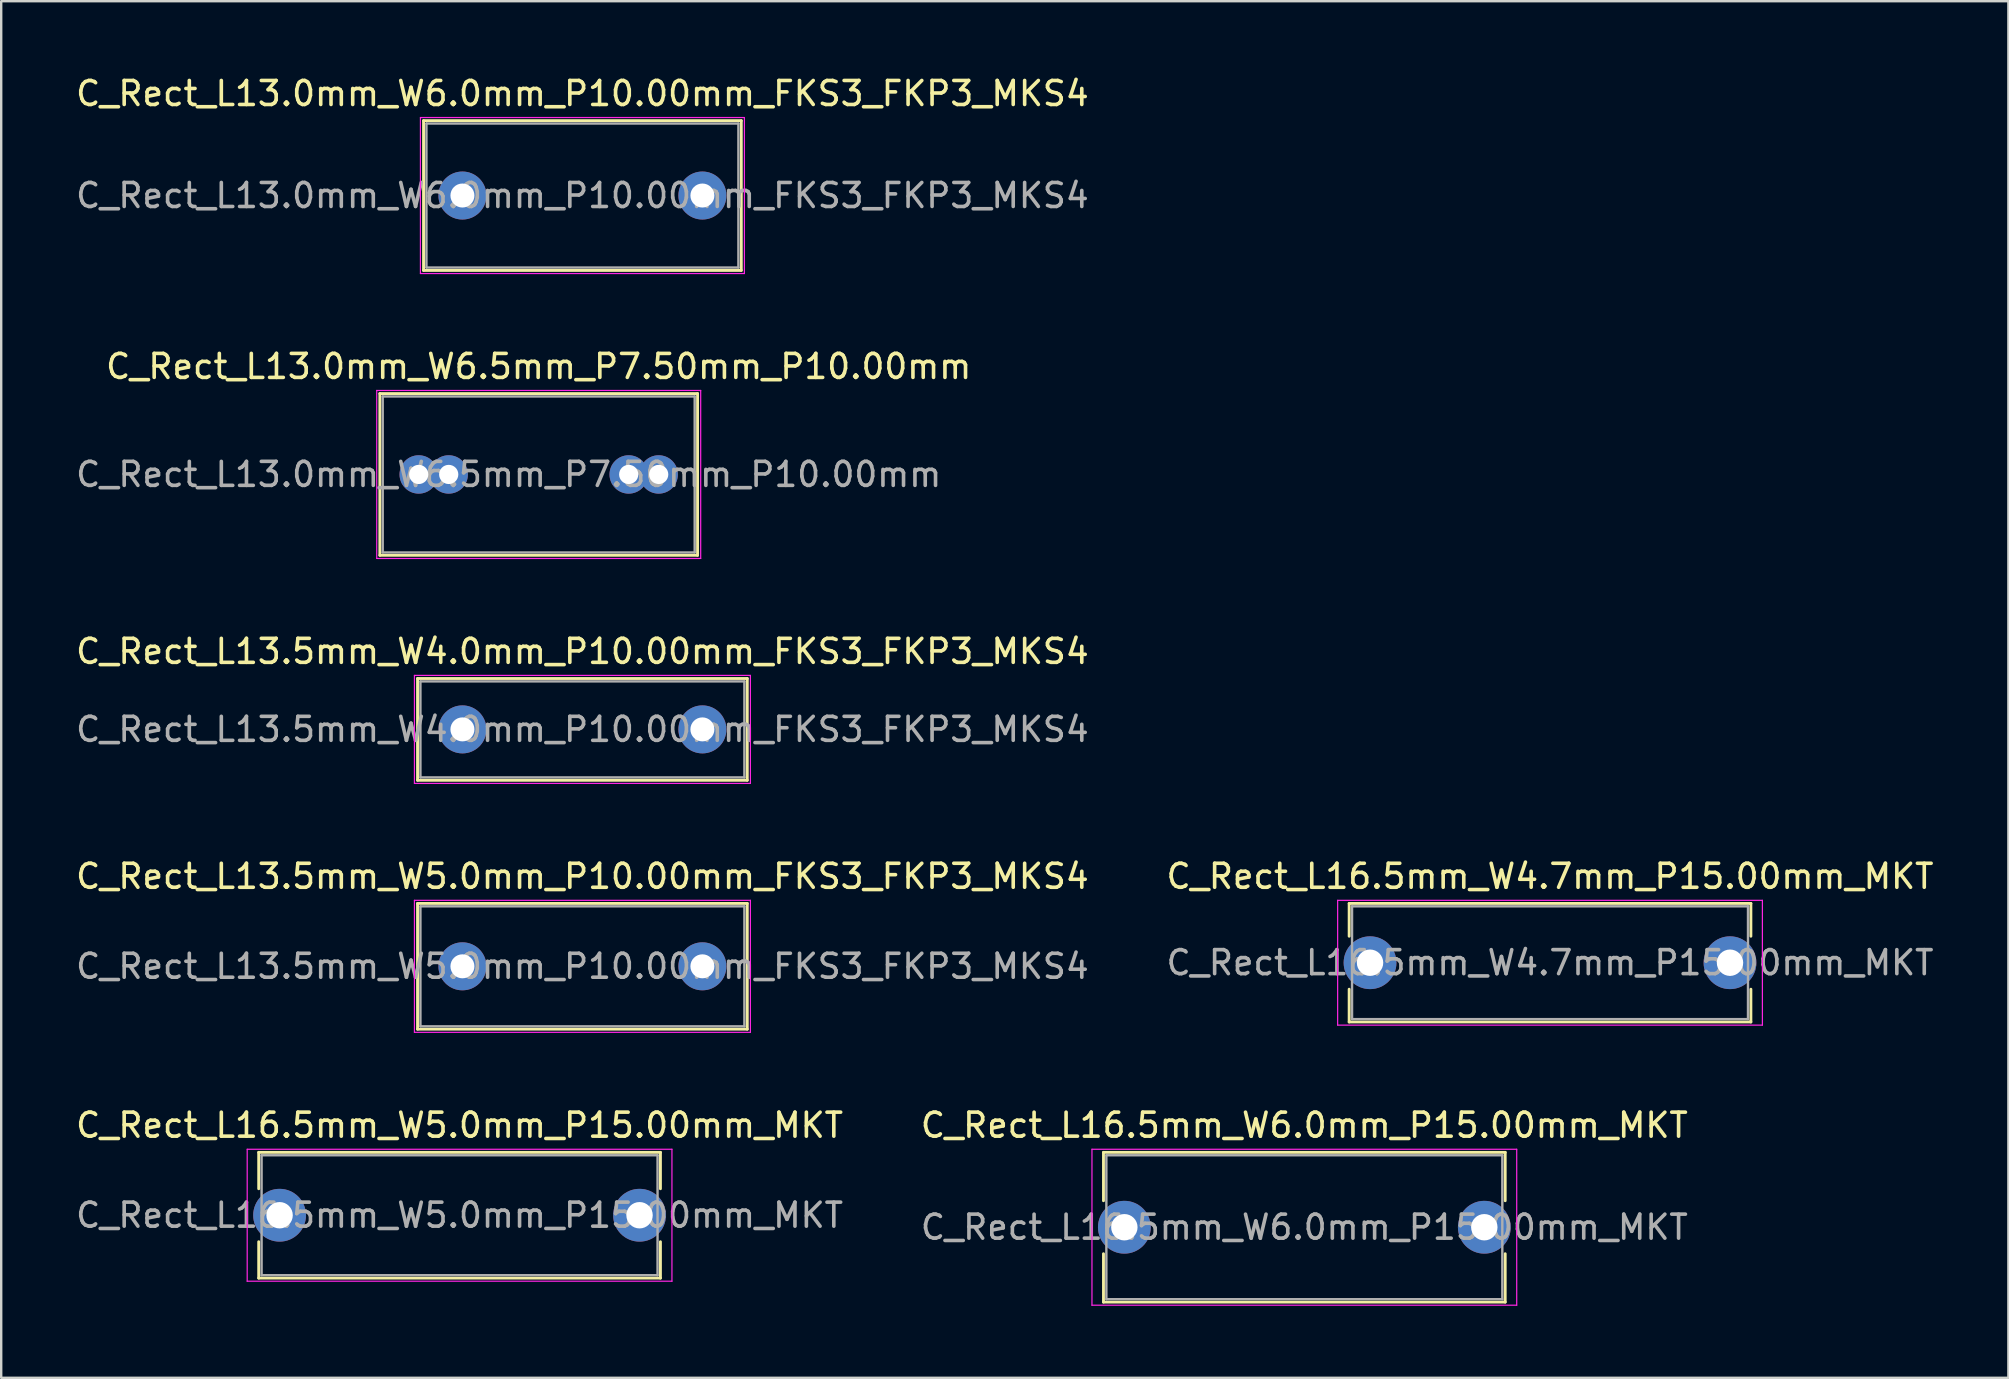
<source format=kicad_pcb>
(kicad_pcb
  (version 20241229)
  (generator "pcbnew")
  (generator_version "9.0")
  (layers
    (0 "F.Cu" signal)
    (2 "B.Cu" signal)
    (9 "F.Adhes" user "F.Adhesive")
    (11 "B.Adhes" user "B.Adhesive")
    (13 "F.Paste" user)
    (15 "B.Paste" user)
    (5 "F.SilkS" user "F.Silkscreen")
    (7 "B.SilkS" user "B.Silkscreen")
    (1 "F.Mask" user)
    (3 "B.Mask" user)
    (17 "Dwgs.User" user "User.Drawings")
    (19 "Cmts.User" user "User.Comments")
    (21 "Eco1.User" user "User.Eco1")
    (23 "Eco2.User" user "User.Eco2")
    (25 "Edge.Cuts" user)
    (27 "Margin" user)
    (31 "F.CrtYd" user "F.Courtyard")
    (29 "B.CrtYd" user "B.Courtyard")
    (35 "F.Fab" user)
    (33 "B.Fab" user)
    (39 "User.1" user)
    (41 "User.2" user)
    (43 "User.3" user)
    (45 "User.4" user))
  (footprint "C_Rect_L13.0mm_W6.0mm_P10.00mm_FKS3_FKP3_MKS4"
    (layer "F.Cu")
    (at 16.22 5.098)
    (property "Reference" "C_Rect_L13.0mm_W6.0mm_P10.00mm_FKS3_FKP3_MKS4" (at 5 -4.25 0) (layer "F.SilkS") (effects (font (size 1 1) (thickness 0.15))))
    (attr through_hole)
    (fp_line (start -1.62 -3.12) (end -1.62 3.12) (stroke (width 0.12) (type solid)) (layer "F.SilkS"))
    (fp_line (start -1.62 -3.12) (end 11.62 -3.12) (stroke (width 0.12) (type solid)) (layer "F.SilkS"))
    (fp_line (start -1.62 3.12) (end 11.62 3.12) (stroke (width 0.12) (type solid)) (layer "F.SilkS"))
    (fp_line (start 11.62 -3.12) (end 11.62 3.12) (stroke (width 0.12) (type solid)) (layer "F.SilkS"))
    (fp_line (start -1.75 -3.25) (end -1.75 3.25) (stroke (width 0.05) (type solid)) (layer "F.CrtYd"))
    (fp_line (start -1.75 3.25) (end 11.75 3.25) (stroke (width 0.05) (type solid)) (layer "F.CrtYd"))
    (fp_line (start 11.75 -3.25) (end -1.75 -3.25) (stroke (width 0.05) (type solid)) (layer "F.CrtYd"))
    (fp_line (start 11.75 3.25) (end 11.75 -3.25) (stroke (width 0.05) (type solid)) (layer "F.CrtYd"))
    (fp_line (start -1.5 -3) (end -1.5 3) (stroke (width 0.1) (type solid)) (layer "F.Fab"))
    (fp_line (start -1.5 3) (end 11.5 3) (stroke (width 0.1) (type solid)) (layer "F.Fab"))
    (fp_line (start 11.5 -3) (end -1.5 -3) (stroke (width 0.1) (type solid)) (layer "F.Fab"))
    (fp_line (start 11.5 3) (end 11.5 -3) (stroke (width 0.1) (type solid)) (layer "F.Fab"))
    (fp_text user "${REFERENCE}" (at 5 0 0) (layer "F.Fab") (effects (font (size 1 1) (thickness 0.15))))
    (pad "1" thru_hole circle (at 0 0) (size 2 2) (drill 1) (layers "*.Cu" "*.Mask"))
    (pad "2" thru_hole circle (at 10 0) (size 2 2) (drill 1) (layers "*.Cu" "*.Mask")))
  (footprint "C_Rect_L16.5mm_W5.0mm_P15.00mm_MKT"
    (layer "F.Cu")
    (at 8.601 47.591)
    (property "Reference" "C_Rect_L16.5mm_W5.0mm_P15.00mm_MKT" (at 7.5 -3.75 0) (layer "F.SilkS") (effects (font (size 1 1) (thickness 0.15))))
    (attr through_hole)
    (fp_line (start -0.87 -2.62) (end -0.87 -1.104) (stroke (width 0.12) (type solid)) (layer "F.SilkS"))
    (fp_line (start -0.87 -2.62) (end 15.87 -2.62) (stroke (width 0.12) (type solid)) (layer "F.SilkS"))
    (fp_line (start -0.87 1.104) (end -0.87 2.62) (stroke (width 0.12) (type solid)) (layer "F.SilkS"))
    (fp_line (start -0.87 2.62) (end 15.87 2.62) (stroke (width 0.12) (type solid)) (layer "F.SilkS"))
    (fp_line (start 15.87 -2.62) (end 15.87 -1.104) (stroke (width 0.12) (type solid)) (layer "F.SilkS"))
    (fp_line (start 15.87 1.104) (end 15.87 2.62) (stroke (width 0.12) (type solid)) (layer "F.SilkS"))
    (fp_line (start -1.35 -2.75) (end -1.35 2.75) (stroke (width 0.05) (type solid)) (layer "F.CrtYd"))
    (fp_line (start -1.35 2.75) (end 16.35 2.75) (stroke (width 0.05) (type solid)) (layer "F.CrtYd"))
    (fp_line (start 16.35 -2.75) (end -1.35 -2.75) (stroke (width 0.05) (type solid)) (layer "F.CrtYd"))
    (fp_line (start 16.35 2.75) (end 16.35 -2.75) (stroke (width 0.05) (type solid)) (layer "F.CrtYd"))
    (fp_line (start -0.75 -2.5) (end -0.75 2.5) (stroke (width 0.1) (type solid)) (layer "F.Fab"))
    (fp_line (start -0.75 2.5) (end 15.75 2.5) (stroke (width 0.1) (type solid)) (layer "F.Fab"))
    (fp_line (start 15.75 -2.5) (end -0.75 -2.5) (stroke (width 0.1) (type solid)) (layer "F.Fab"))
    (fp_line (start 15.75 2.5) (end 15.75 -2.5) (stroke (width 0.1) (type solid)) (layer "F.Fab"))
    (fp_text user "${REFERENCE}" (at 7.5 0 0) (layer "F.Fab") (effects (font (size 1 1) (thickness 0.15))))
    (pad "1" thru_hole circle (at 0 0) (size 2.2 2.2) (drill 1.1) (layers "*.Cu" "*.Mask"))
    (pad "2" thru_hole circle (at 15 0) (size 2.2 2.2) (drill 1.1) (layers "*.Cu" "*.Mask")))
  (footprint "C_Rect_L13.0mm_W6.5mm_P7.50mm_P10.00mm"
    (layer "F.Cu")
    (at 14.399 16.721)
    (property "Reference" "C_Rect_L13.0mm_W6.5mm_P7.50mm_P10.00mm" (at 5 -4.5 0) (layer "F.SilkS") (effects (font (size 1 1) (thickness 0.15))))
    (attr through_hole)
    (fp_line (start -1.62 -3.37) (end -1.62 3.37) (stroke (width 0.12) (type solid)) (layer "F.SilkS"))
    (fp_line (start -1.62 -3.37) (end 11.62 -3.37) (stroke (width 0.12) (type solid)) (layer "F.SilkS"))
    (fp_line (start -1.62 3.37) (end 11.62 3.37) (stroke (width 0.12) (type solid)) (layer "F.SilkS"))
    (fp_line (start 11.62 -3.37) (end 11.62 3.37) (stroke (width 0.12) (type solid)) (layer "F.SilkS"))
    (fp_line (start -1.75 -3.5) (end -1.75 3.5) (stroke (width 0.05) (type solid)) (layer "F.CrtYd"))
    (fp_line (start -1.75 3.5) (end 11.75 3.5) (stroke (width 0.05) (type solid)) (layer "F.CrtYd"))
    (fp_line (start 11.75 -3.5) (end -1.75 -3.5) (stroke (width 0.05) (type solid)) (layer "F.CrtYd"))
    (fp_line (start 11.75 3.5) (end 11.75 -3.5) (stroke (width 0.05) (type solid)) (layer "F.CrtYd"))
    (fp_line (start -1.5 -3.25) (end -1.5 3.25) (stroke (width 0.1) (type solid)) (layer "F.Fab"))
    (fp_line (start -1.5 3.25) (end 11.5 3.25) (stroke (width 0.1) (type solid)) (layer "F.Fab"))
    (fp_line (start 11.5 -3.25) (end -1.5 -3.25) (stroke (width 0.1) (type solid)) (layer "F.Fab"))
    (fp_line (start 11.5 3.25) (end 11.5 -3.25) (stroke (width 0.1) (type solid)) (layer "F.Fab"))
    (fp_text user "${REFERENCE}" (at 3.75 0 0) (layer "F.Fab") (effects (font (size 1 1) (thickness 0.15))))
    (pad "1" thru_hole circle (at 0 0) (size 1.6 1.6) (drill 0.8) (layers "*.Cu" "*.Mask"))
    (pad "1" thru_hole circle (at 1.25 0) (size 1.6 1.6) (drill 0.8) (layers "*.Cu" "*.Mask"))
    (pad "2" thru_hole circle (at 8.75 0) (size 1.6 1.6) (drill 0.8) (layers "*.Cu" "*.Mask"))
    (pad "2" thru_hole circle (at 10 0) (size 1.6 1.6) (drill 0.8) (layers "*.Cu" "*.Mask")))
  (footprint "C_Rect_L13.5mm_W5.0mm_P10.00mm_FKS3_FKP3_MKS4"
    (layer "F.Cu")
    (at 16.22 37.218)
    (property "Reference" "C_Rect_L13.5mm_W5.0mm_P10.00mm_FKS3_FKP3_MKS4" (at 5 -3.75 0) (layer "F.SilkS") (effects (font (size 1 1) (thickness 0.15))))
    (attr through_hole)
    (fp_line (start -1.87 -2.62) (end -1.87 2.62) (stroke (width 0.12) (type solid)) (layer "F.SilkS"))
    (fp_line (start -1.87 -2.62) (end 11.87 -2.62) (stroke (width 0.12) (type solid)) (layer "F.SilkS"))
    (fp_line (start -1.87 2.62) (end 11.87 2.62) (stroke (width 0.12) (type solid)) (layer "F.SilkS"))
    (fp_line (start 11.87 -2.62) (end 11.87 2.62) (stroke (width 0.12) (type solid)) (layer "F.SilkS"))
    (fp_line (start -2 -2.75) (end -2 2.75) (stroke (width 0.05) (type solid)) (layer "F.CrtYd"))
    (fp_line (start -2 2.75) (end 12 2.75) (stroke (width 0.05) (type solid)) (layer "F.CrtYd"))
    (fp_line (start 12 -2.75) (end -2 -2.75) (stroke (width 0.05) (type solid)) (layer "F.CrtYd"))
    (fp_line (start 12 2.75) (end 12 -2.75) (stroke (width 0.05) (type solid)) (layer "F.CrtYd"))
    (fp_line (start -1.75 -2.5) (end -1.75 2.5) (stroke (width 0.1) (type solid)) (layer "F.Fab"))
    (fp_line (start -1.75 2.5) (end 11.75 2.5) (stroke (width 0.1) (type solid)) (layer "F.Fab"))
    (fp_line (start 11.75 -2.5) (end -1.75 -2.5) (stroke (width 0.1) (type solid)) (layer "F.Fab"))
    (fp_line (start 11.75 2.5) (end 11.75 -2.5) (stroke (width 0.1) (type solid)) (layer "F.Fab"))
    (fp_text user "${REFERENCE}" (at 5 0 0) (layer "F.Fab") (effects (font (size 1 1) (thickness 0.15))))
    (pad "1" thru_hole circle (at 0 0) (size 2 2) (drill 1) (layers "*.Cu" "*.Mask"))
    (pad "2" thru_hole circle (at 10 0) (size 2 2) (drill 1) (layers "*.Cu" "*.Mask")))
  (footprint "C_Rect_L13.5mm_W4.0mm_P10.00mm_FKS3_FKP3_MKS4"
    (layer "F.Cu")
    (at 16.22 27.345)
    (property "Reference" "C_Rect_L13.5mm_W4.0mm_P10.00mm_FKS3_FKP3_MKS4" (at 5 -3.25 0) (layer "F.SilkS") (effects (font (size 1 1) (thickness 0.15))))
    (attr through_hole)
    (fp_line (start -1.87 -2.12) (end -1.87 2.12) (stroke (width 0.12) (type solid)) (layer "F.SilkS"))
    (fp_line (start -1.87 -2.12) (end 11.87 -2.12) (stroke (width 0.12) (type solid)) (layer "F.SilkS"))
    (fp_line (start -1.87 2.12) (end 11.87 2.12) (stroke (width 0.12) (type solid)) (layer "F.SilkS"))
    (fp_line (start 11.87 -2.12) (end 11.87 2.12) (stroke (width 0.12) (type solid)) (layer "F.SilkS"))
    (fp_line (start -2 -2.25) (end -2 2.25) (stroke (width 0.05) (type solid)) (layer "F.CrtYd"))
    (fp_line (start -2 2.25) (end 12 2.25) (stroke (width 0.05) (type solid)) (layer "F.CrtYd"))
    (fp_line (start 12 -2.25) (end -2 -2.25) (stroke (width 0.05) (type solid)) (layer "F.CrtYd"))
    (fp_line (start 12 2.25) (end 12 -2.25) (stroke (width 0.05) (type solid)) (layer "F.CrtYd"))
    (fp_line (start -1.75 -2) (end -1.75 2) (stroke (width 0.1) (type solid)) (layer "F.Fab"))
    (fp_line (start -1.75 2) (end 11.75 2) (stroke (width 0.1) (type solid)) (layer "F.Fab"))
    (fp_line (start 11.75 -2) (end -1.75 -2) (stroke (width 0.1) (type solid)) (layer "F.Fab"))
    (fp_line (start 11.75 2) (end 11.75 -2) (stroke (width 0.1) (type solid)) (layer "F.Fab"))
    (fp_text user "${REFERENCE}" (at 5 0 0) (layer "F.Fab") (effects (font (size 1 1) (thickness 0.15))))
    (pad "1" thru_hole circle (at 0 0) (size 2 2) (drill 1) (layers "*.Cu" "*.Mask"))
    (pad "2" thru_hole circle (at 10 0) (size 2 2) (drill 1) (layers "*.Cu" "*.Mask")))
  (footprint "C_Rect_L16.5mm_W4.7mm_P15.00mm_MKT"
    (layer "F.Cu")
    (at 54.042 37.068)
    (property "Reference" "C_Rect_L16.5mm_W4.7mm_P15.00mm_MKT" (at 7.5 -3.6 0) (layer "F.SilkS") (effects (font (size 1 1) (thickness 0.15))))
    (attr through_hole)
    (fp_line (start -0.87 -2.47) (end -0.87 -1.104) (stroke (width 0.12) (type solid)) (layer "F.SilkS"))
    (fp_line (start -0.87 -2.47) (end 15.87 -2.47) (stroke (width 0.12) (type solid)) (layer "F.SilkS"))
    (fp_line (start -0.87 1.104) (end -0.87 2.47) (stroke (width 0.12) (type solid)) (layer "F.SilkS"))
    (fp_line (start -0.87 2.47) (end 15.87 2.47) (stroke (width 0.12) (type solid)) (layer "F.SilkS"))
    (fp_line (start 15.87 -2.47) (end 15.87 -1.104) (stroke (width 0.12) (type solid)) (layer "F.SilkS"))
    (fp_line (start 15.87 1.104) (end 15.87 2.47) (stroke (width 0.12) (type solid)) (layer "F.SilkS"))
    (fp_line (start -1.35 -2.6) (end -1.35 2.6) (stroke (width 0.05) (type solid)) (layer "F.CrtYd"))
    (fp_line (start -1.35 2.6) (end 16.35 2.6) (stroke (width 0.05) (type solid)) (layer "F.CrtYd"))
    (fp_line (start 16.35 -2.6) (end -1.35 -2.6) (stroke (width 0.05) (type solid)) (layer "F.CrtYd"))
    (fp_line (start 16.35 2.6) (end 16.35 -2.6) (stroke (width 0.05) (type solid)) (layer "F.CrtYd"))
    (fp_line (start -0.75 -2.35) (end -0.75 2.35) (stroke (width 0.1) (type solid)) (layer "F.Fab"))
    (fp_line (start -0.75 2.35) (end 15.75 2.35) (stroke (width 0.1) (type solid)) (layer "F.Fab"))
    (fp_line (start 15.75 -2.35) (end -0.75 -2.35) (stroke (width 0.1) (type solid)) (layer "F.Fab"))
    (fp_line (start 15.75 2.35) (end 15.75 -2.35) (stroke (width 0.1) (type solid)) (layer "F.Fab"))
    (fp_text user "${REFERENCE}" (at 7.5 0 0) (layer "F.Fab") (effects (font (size 1 1) (thickness 0.15))))
    (pad "1" thru_hole circle (at 0 0) (size 2.2 2.2) (drill 1.1) (layers "*.Cu" "*.Mask"))
    (pad "2" thru_hole circle (at 15 0) (size 2.2 2.2) (drill 1.1) (layers "*.Cu" "*.Mask")))
  (footprint "C_Rect_L16.5mm_W6.0mm_P15.00mm_MKT"
    (layer "F.Cu")
    (at 43.804 48.091)
    (property "Reference" "C_Rect_L16.5mm_W6.0mm_P15.00mm_MKT" (at 7.5 -4.25 0) (layer "F.SilkS") (effects (font (size 1 1) (thickness 0.15))))
    (attr through_hole)
    (fp_line (start -0.87 -3.12) (end -0.87 -1.104) (stroke (width 0.12) (type solid)) (layer "F.SilkS"))
    (fp_line (start -0.87 -3.12) (end 15.87 -3.12) (stroke (width 0.12) (type solid)) (layer "F.SilkS"))
    (fp_line (start -0.87 1.104) (end -0.87 3.12) (stroke (width 0.12) (type solid)) (layer "F.SilkS"))
    (fp_line (start -0.87 3.12) (end 15.87 3.12) (stroke (width 0.12) (type solid)) (layer "F.SilkS"))
    (fp_line (start 15.87 -3.12) (end 15.87 -1.104) (stroke (width 0.12) (type solid)) (layer "F.SilkS"))
    (fp_line (start 15.87 1.104) (end 15.87 3.12) (stroke (width 0.12) (type solid)) (layer "F.SilkS"))
    (fp_line (start -1.35 -3.25) (end -1.35 3.25) (stroke (width 0.05) (type solid)) (layer "F.CrtYd"))
    (fp_line (start -1.35 3.25) (end 16.35 3.25) (stroke (width 0.05) (type solid)) (layer "F.CrtYd"))
    (fp_line (start 16.35 -3.25) (end -1.35 -3.25) (stroke (width 0.05) (type solid)) (layer "F.CrtYd"))
    (fp_line (start 16.35 3.25) (end 16.35 -3.25) (stroke (width 0.05) (type solid)) (layer "F.CrtYd"))
    (fp_line (start -0.75 -3) (end -0.75 3) (stroke (width 0.1) (type solid)) (layer "F.Fab"))
    (fp_line (start -0.75 3) (end 15.75 3) (stroke (width 0.1) (type solid)) (layer "F.Fab"))
    (fp_line (start 15.75 -3) (end -0.75 -3) (stroke (width 0.1) (type solid)) (layer "F.Fab"))
    (fp_line (start 15.75 3) (end 15.75 -3) (stroke (width 0.1) (type solid)) (layer "F.Fab"))
    (fp_text user "${REFERENCE}" (at 7.5 0 0) (layer "F.Fab") (effects (font (size 1 1) (thickness 0.15))))
    (pad "1" thru_hole circle (at 0 0) (size 2.2 2.2) (drill 1.1) (layers "*.Cu" "*.Mask"))
    (pad "2" thru_hole circle (at 15 0) (size 2.2 2.2) (drill 1.1) (layers "*.Cu" "*.Mask")))
  (gr_rect
    (start -3 -3)
    (end 80.643 54.366)
    (stroke (width 0.1) (type default))
    (fill no)
    (layer "Edge.Cuts")))
</source>
